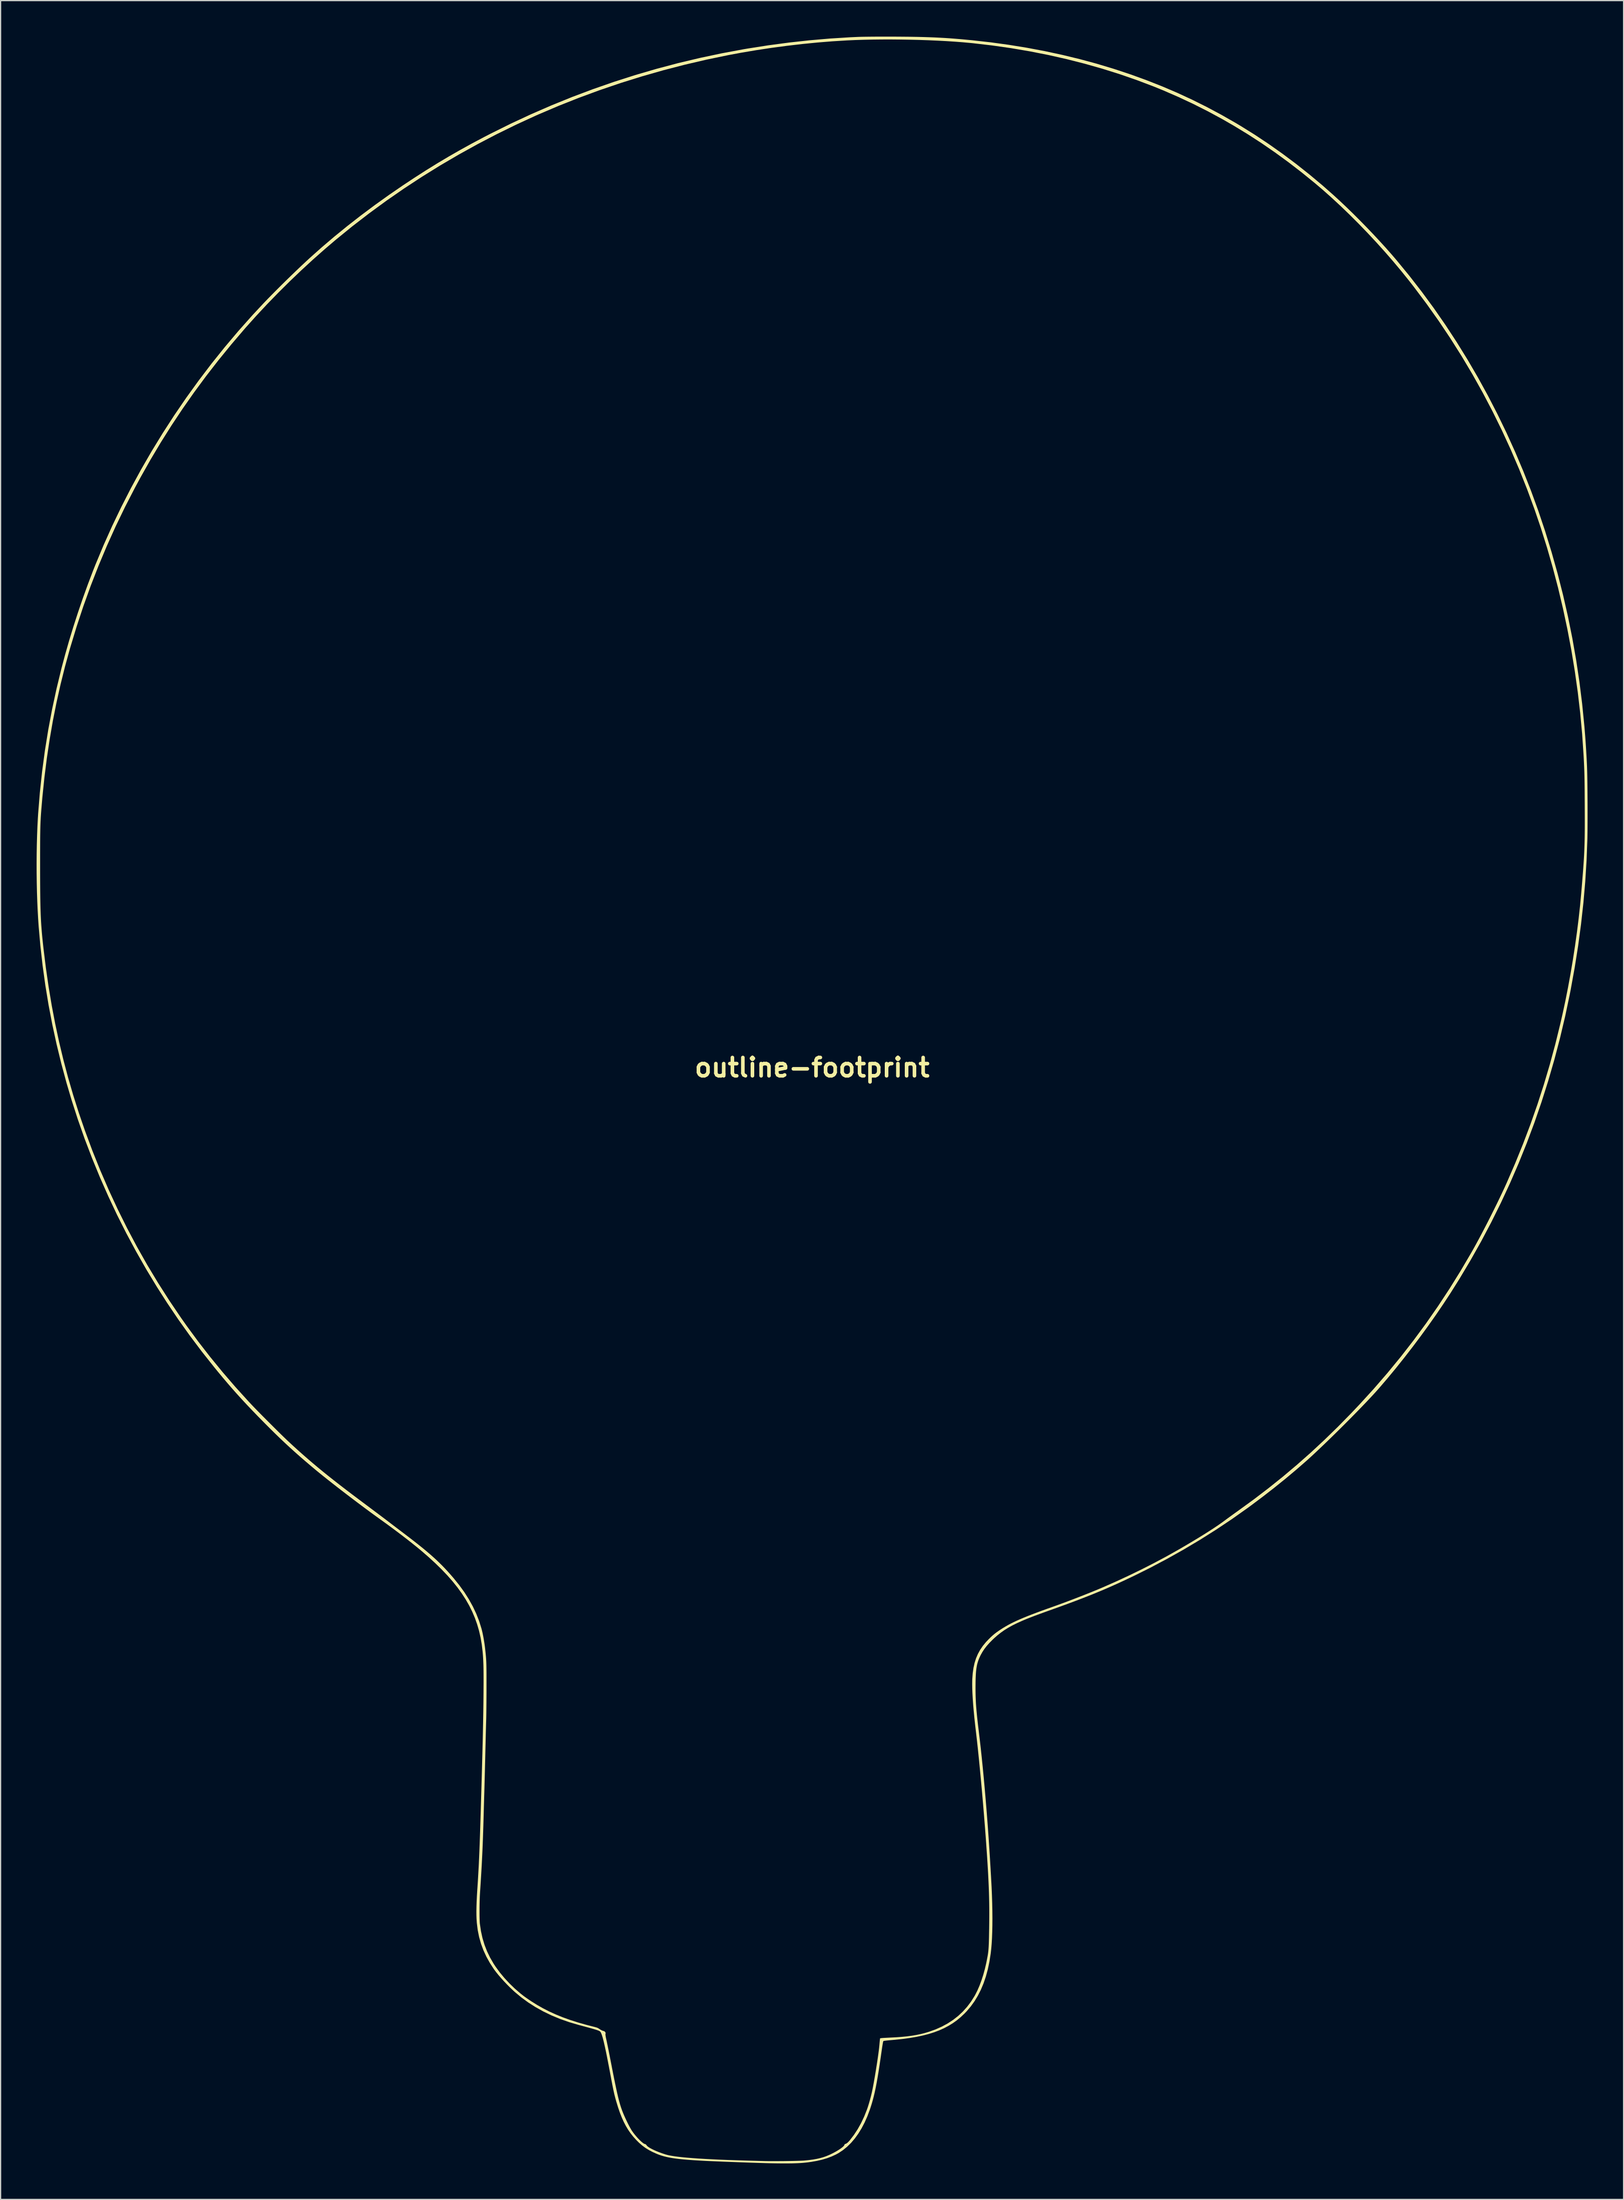
<source format=kicad_pcb>
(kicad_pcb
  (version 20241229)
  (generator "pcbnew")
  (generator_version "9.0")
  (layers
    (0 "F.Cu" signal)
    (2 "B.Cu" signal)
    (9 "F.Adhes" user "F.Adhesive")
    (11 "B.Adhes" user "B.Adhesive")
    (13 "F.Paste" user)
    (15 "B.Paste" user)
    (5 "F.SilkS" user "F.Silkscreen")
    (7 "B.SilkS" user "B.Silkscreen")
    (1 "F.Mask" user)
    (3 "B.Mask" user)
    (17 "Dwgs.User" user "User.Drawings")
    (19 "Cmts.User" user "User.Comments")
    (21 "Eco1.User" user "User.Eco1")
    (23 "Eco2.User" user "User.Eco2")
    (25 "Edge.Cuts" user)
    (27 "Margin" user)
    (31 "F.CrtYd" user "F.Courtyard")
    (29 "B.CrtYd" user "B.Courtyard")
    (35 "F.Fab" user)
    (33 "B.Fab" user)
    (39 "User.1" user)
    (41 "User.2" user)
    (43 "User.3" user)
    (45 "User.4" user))
  (footprint "outline-footprint"
    (layer "F.Cu")
    (at 64.611 85.838)
    (property "Reference" "outline-footprint" (at 0 0 0) (layer "F.SilkS") (effects (font (size 1.524 1.524) (thickness 0.3))))
    (attr board_only exclude_from_pos_files exclude_from_bom)
    (fp_poly (pts (xy 6.416 -85.838) (xy 6.776 -85.837) (xy 7.133 -85.836) (xy 7.482 -85.833) (xy 7.819 -85.83) (xy 8.137 -85.827) (xy 8.432 -85.822) (xy 8.7 -85.817) (xy 8.783 -85.816) (xy 9.287 -85.803) (xy 9.756 -85.788) (xy 10.199 -85.771) (xy 10.626 -85.75) (xy 11.045 -85.727) (xy 11.464 -85.699) (xy 11.895 -85.666) (xy 12.344 -85.629) (xy 12.821 -85.585) (xy 13.335 -85.536) (xy 13.357 -85.533) (xy 14.883 -85.363) (xy 16.398 -85.155) (xy 17.901 -84.911) (xy 19.387 -84.631) (xy 20.853 -84.316) (xy 22.295 -83.967) (xy 23.711 -83.584) (xy 25.096 -83.167) (xy 25.224 -83.127) (xy 26.57 -82.679) (xy 27.881 -82.203) (xy 29.161 -81.699) (xy 30.416 -81.163) (xy 31.649 -80.593) (xy 32.865 -79.988) (xy 34.069 -79.346) (xy 35.265 -78.664) (xy 35.708 -78.4) (xy 36.876 -77.673) (xy 38.038 -76.901) (xy 39.189 -76.089) (xy 40.326 -75.239) (xy 41.444 -74.353) (xy 42.541 -73.436) (xy 43.439 -72.644) (xy 43.965 -72.162) (xy 44.508 -71.649) (xy 45.062 -71.111) (xy 45.62 -70.555) (xy 46.177 -69.987) (xy 46.726 -69.414) (xy 47.26 -68.842) (xy 47.775 -68.278) (xy 48.262 -67.728) (xy 48.69 -67.229) (xy 49.76 -65.927) (xy 50.797 -64.592) (xy 51.802 -63.225) (xy 52.773 -61.826) (xy 53.709 -60.397) (xy 54.611 -58.94) (xy 55.477 -57.455) (xy 56.308 -55.944) (xy 57.101 -54.407) (xy 57.857 -52.847) (xy 58.575 -51.263) (xy 59.254 -49.658) (xy 59.894 -48.033) (xy 60.494 -46.388) (xy 61.053 -44.725) (xy 61.068 -44.679) (xy 61.614 -42.904) (xy 62.115 -41.125) (xy 62.569 -39.34) (xy 62.977 -37.548) (xy 63.34 -35.747) (xy 63.658 -33.936) (xy 63.931 -32.113) (xy 64.16 -30.277) (xy 64.344 -28.427) (xy 64.414 -27.569) (xy 64.44 -27.207) (xy 64.466 -26.826) (xy 64.491 -26.438) (xy 64.513 -26.052) (xy 64.534 -25.679) (xy 64.551 -25.328) (xy 64.565 -25.012) (xy 64.568 -24.919) (xy 64.575 -24.706) (xy 64.581 -24.452) (xy 64.587 -24.16) (xy 64.592 -23.838) (xy 64.596 -23.489) (xy 64.6 -23.12) (xy 64.603 -22.734) (xy 64.606 -22.338) (xy 64.608 -21.937) (xy 64.609 -21.535) (xy 64.609 -21.139) (xy 64.609 -20.752) (xy 64.608 -20.381) (xy 64.606 -20.031) (xy 64.604 -19.706) (xy 64.6 -19.412) (xy 64.596 -19.155) (xy 64.593 -19.009) (xy 64.527 -17.256) (xy 64.417 -15.49) (xy 64.263 -13.711) (xy 64.064 -11.92) (xy 63.822 -10.118) (xy 63.535 -8.307) (xy 63.205 -6.487) (xy 63.122 -6.063) (xy 62.737 -4.236) (xy 62.309 -2.429) (xy 61.84 -0.643) (xy 61.328 1.123) (xy 60.775 2.868) (xy 60.18 4.593) (xy 59.543 6.296) (xy 58.865 7.978) (xy 58.145 9.638) (xy 57.384 11.277) (xy 56.581 12.894) (xy 55.737 14.49) (xy 54.852 16.062) (xy 53.926 17.613) (xy 53.18 18.798) (xy 52.6 19.681) (xy 51.989 20.579) (xy 51.351 21.484) (xy 50.693 22.388) (xy 50.019 23.285) (xy 49.335 24.167) (xy 48.647 25.028) (xy 47.96 25.858) (xy 47.28 26.653) (xy 47.175 26.772) (xy 46.961 27.013) (xy 46.715 27.281) (xy 46.441 27.575) (xy 46.143 27.89) (xy 45.823 28.223) (xy 45.486 28.571) (xy 45.135 28.929) (xy 44.773 29.296) (xy 44.404 29.666) (xy 44.031 30.038) (xy 43.657 30.407) (xy 43.286 30.771) (xy 42.922 31.125) (xy 42.567 31.466) (xy 42.225 31.791) (xy 41.9 32.097) (xy 41.595 32.38) (xy 41.313 32.637) (xy 41.195 32.742) (xy 40.341 33.486) (xy 39.444 34.237) (xy 38.51 34.989) (xy 37.541 35.741) (xy 36.543 36.488) (xy 36.25 36.702) (xy 34.976 37.603) (xy 33.664 38.479) (xy 32.32 39.326) (xy 30.947 40.143) (xy 29.548 40.927) (xy 28.129 41.676) (xy 26.918 42.278) (xy 26.408 42.522) (xy 25.914 42.755) (xy 25.431 42.977) (xy 24.953 43.191) (xy 24.475 43.4) (xy 23.993 43.604) (xy 23.502 43.807) (xy 22.995 44.01) (xy 22.469 44.215) (xy 21.919 44.425) (xy 21.339 44.641) (xy 20.725 44.866) (xy 20.07 45.101) (xy 20.006 45.124) (xy 19.64 45.255) (xy 19.314 45.372) (xy 19.023 45.478) (xy 18.764 45.573) (xy 18.532 45.659) (xy 18.323 45.739) (xy 18.132 45.813) (xy 17.955 45.883) (xy 17.788 45.951) (xy 17.626 46.019) (xy 17.484 46.08) (xy 17.067 46.268) (xy 16.689 46.455) (xy 16.345 46.646) (xy 16.027 46.843) (xy 15.729 47.053) (xy 15.444 47.278) (xy 15.166 47.523) (xy 15.025 47.657) (xy 14.766 47.919) (xy 14.544 48.17) (xy 14.354 48.416) (xy 14.19 48.665) (xy 14.046 48.923) (xy 14.023 48.969) (xy 13.941 49.144) (xy 13.871 49.314) (xy 13.811 49.487) (xy 13.76 49.665) (xy 13.719 49.855) (xy 13.686 50.061) (xy 13.66 50.288) (xy 13.641 50.541) (xy 13.628 50.825) (xy 13.62 51.144) (xy 13.617 51.505) (xy 13.616 51.597) (xy 13.617 51.886) (xy 13.621 52.163) (xy 13.628 52.431) (xy 13.639 52.698) (xy 13.653 52.969) (xy 13.673 53.248) (xy 13.697 53.542) (xy 13.727 53.856) (xy 13.762 54.195) (xy 13.803 54.566) (xy 13.851 54.972) (xy 13.896 55.338) (xy 13.975 56.001) (xy 14.055 56.705) (xy 14.134 57.448) (xy 14.213 58.223) (xy 14.29 59.026) (xy 14.366 59.853) (xy 14.44 60.698) (xy 14.512 61.558) (xy 14.581 62.426) (xy 14.647 63.3) (xy 14.709 64.174) (xy 14.767 65.043) (xy 14.822 65.903) (xy 14.845 66.303) (xy 14.858 66.516) (xy 14.871 66.735) (xy 14.883 66.95) (xy 14.895 67.15) (xy 14.906 67.328) (xy 14.914 67.472) (xy 14.917 67.522) (xy 14.955 68.234) (xy 14.985 68.926) (xy 15.007 69.595) (xy 15.02 70.238) (xy 15.025 70.853) (xy 15.021 71.437) (xy 15.009 71.988) (xy 14.989 72.503) (xy 14.96 72.98) (xy 14.923 73.415) (xy 14.88 73.784) (xy 14.775 74.455) (xy 14.641 75.089) (xy 14.479 75.687) (xy 14.288 76.251) (xy 14.067 76.781) (xy 13.816 77.278) (xy 13.535 77.744) (xy 13.222 78.179) (xy 12.879 78.584) (xy 12.689 78.781) (xy 12.386 79.067) (xy 12.068 79.33) (xy 11.732 79.571) (xy 11.378 79.79) (xy 11.002 79.989) (xy 10.602 80.169) (xy 10.174 80.33) (xy 9.718 80.474) (xy 9.23 80.6) (xy 8.707 80.711) (xy 8.148 80.806) (xy 7.55 80.888) (xy 6.91 80.956) (xy 6.57 80.986) (xy 6.409 81) (xy 6.262 81.014) (xy 6.137 81.028) (xy 6.039 81.04) (xy 5.977 81.05) (xy 5.957 81.055) (xy 5.946 81.062) (xy 5.936 81.075) (xy 5.926 81.096) (xy 5.916 81.13) (xy 5.904 81.181) (xy 5.891 81.252) (xy 5.875 81.346) (xy 5.855 81.469) (xy 5.832 81.623) (xy 5.804 81.812) (xy 5.771 82.04) (xy 5.734 82.301) (xy 5.659 82.813) (xy 5.588 83.282) (xy 5.521 83.712) (xy 5.455 84.106) (xy 5.391 84.469) (xy 5.328 84.804) (xy 5.265 85.115) (xy 5.201 85.406) (xy 5.135 85.68) (xy 5.067 85.942) (xy 4.996 86.195) (xy 4.921 86.442) (xy 4.841 86.688) (xy 4.807 86.788) (xy 4.602 87.336) (xy 4.374 87.849) (xy 4.124 88.328) (xy 3.852 88.77) (xy 3.56 89.174) (xy 3.248 89.539) (xy 2.918 89.864) (xy 2.57 90.147) (xy 2.205 90.389) (xy 1.995 90.504) (xy 1.637 90.67) (xy 1.258 90.814) (xy 0.851 90.936) (xy 0.412 91.038) (xy -0.064 91.122) (xy -0.352 91.162) (xy -0.544 91.184) (xy -0.743 91.203) (xy -0.952 91.219) (xy -1.175 91.231) (xy -1.418 91.24) (xy -1.684 91.247) (xy -1.977 91.25) (xy -2.302 91.251) (xy -2.663 91.249) (xy -3.065 91.245) (xy -3.295 91.241) (xy -3.458 91.238) (xy -3.664 91.233) (xy -3.907 91.227) (xy -4.182 91.218) (xy -4.485 91.209) (xy -4.812 91.198) (xy -5.157 91.187) (xy -5.515 91.175) (xy -5.883 91.162) (xy -6.254 91.148) (xy -6.626 91.134) (xy -6.992 91.121) (xy -7.348 91.107) (xy -7.689 91.093) (xy -8.011 91.08) (xy -8.308 91.067) (xy -8.577 91.056) (xy -8.812 91.045) (xy -9.008 91.035) (xy -9.018 91.034) (xy -9.505 91.007) (xy -9.949 90.979) (xy -10.353 90.949) (xy -10.719 90.918) (xy -11.052 90.884) (xy -11.355 90.848) (xy -11.63 90.808) (xy -11.882 90.764) (xy -12.113 90.717) (xy -12.327 90.664) (xy -12.527 90.606) (xy -12.717 90.543) (xy -12.899 90.473) (xy -12.94 90.456) (xy -13.293 90.299) (xy -13.608 90.133) (xy -13.895 89.954) (xy -14.164 89.754) (xy -14.423 89.528) (xy -14.656 89.296) (xy -14.898 89.027) (xy -15.121 88.747) (xy -15.326 88.451) (xy -15.516 88.134) (xy -15.693 87.794) (xy -15.859 87.425) (xy -16.017 87.023) (xy -16.167 86.585) (xy -16.313 86.105) (xy -16.369 85.91) (xy -16.409 85.759) (xy -16.448 85.611) (xy -16.485 85.458) (xy -16.522 85.296) (xy -16.56 85.118) (xy -16.601 84.919) (xy -16.646 84.693) (xy -16.696 84.434) (xy -16.752 84.136) (xy -16.769 84.045) (xy -16.865 83.535) (xy -16.954 83.07) (xy -17.036 82.648) (xy -17.111 82.267) (xy -17.181 81.925) (xy -17.246 81.621) (xy -17.306 81.352) (xy -17.361 81.118) (xy -17.411 80.916) (xy -17.458 80.744) (xy -17.502 80.602) (xy -17.542 80.486) (xy -17.58 80.396) (xy -17.613 80.335) (xy -17.63 80.308) (xy -17.649 80.284) (xy -17.673 80.261) (xy -17.705 80.238) (xy -17.748 80.215) (xy -17.806 80.19) (xy -17.881 80.162) (xy -17.976 80.13) (xy -18.095 80.093) (xy -18.241 80.05) (xy -18.416 80.001) (xy -18.624 79.943) (xy -18.868 79.877) (xy -19.151 79.8) (xy -19.476 79.713) (xy -19.501 79.706) (xy -20.272 79.478) (xy -21.012 79.217) (xy -21.721 78.923) (xy -22.398 78.596) (xy -23.043 78.237) (xy -23.654 77.847) (xy -24.231 77.426) (xy -24.774 76.974) (xy -24.911 76.848) (xy -25.166 76.607) (xy -25.421 76.35) (xy -25.672 76.086) (xy -25.911 75.822) (xy -26.133 75.564) (xy -26.33 75.32) (xy -26.497 75.097) (xy -26.511 75.078) (xy -26.847 74.562) (xy -27.138 74.038) (xy -27.384 73.504) (xy -27.586 72.958) (xy -27.745 72.396) (xy -27.861 71.818) (xy -27.935 71.219) (xy -27.958 70.878) (xy -27.968 70.579) (xy -27.97 70.237) (xy -27.963 69.853) (xy -27.949 69.432) (xy -27.927 68.975) (xy -27.899 68.519) (xy -27.879 68.223) (xy -27.861 67.937) (xy -27.843 67.659) (xy -27.827 67.387) (xy -27.811 67.117) (xy -27.796 66.848) (xy -27.781 66.577) (xy -27.767 66.3) (xy -27.754 66.015) (xy -27.74 65.721) (xy -27.727 65.413) (xy -27.714 65.089) (xy -27.701 64.748) (xy -27.688 64.385) (xy -27.674 63.999) (xy -27.66 63.587) (xy -27.646 63.147) (xy -27.631 62.674) (xy -27.615 62.168) (xy -27.599 61.625) (xy -27.582 61.043) (xy -27.563 60.419) (xy -27.546 59.83) (xy -27.525 59.095) (xy -27.506 58.405) (xy -27.488 57.756) (xy -27.471 57.145) (xy -27.457 56.569) (xy -27.443 56.026) (xy -27.431 55.513) (xy -27.421 55.026) (xy -27.411 54.563) (xy -27.403 54.121) (xy -27.396 53.698) (xy -27.39 53.289) (xy -27.385 52.893) (xy -27.381 52.506) (xy -27.378 52.126) (xy -27.377 52.031) (xy -27.375 51.598) (xy -27.373 51.207) (xy -27.373 50.855) (xy -27.374 50.538) (xy -27.376 50.252) (xy -27.38 49.993) (xy -27.385 49.757) (xy -27.393 49.54) (xy -27.401 49.338) (xy -27.412 49.147) (xy -27.424 48.963) (xy -27.439 48.782) (xy -27.453 48.624) (xy -27.524 48.035) (xy -27.622 47.464) (xy -27.749 46.908) (xy -27.906 46.367) (xy -28.094 45.836) (xy -28.315 45.316) (xy -28.569 44.804) (xy -28.859 44.297) (xy -29.184 43.795) (xy -29.546 43.295) (xy -29.946 42.795) (xy -30.386 42.294) (xy -30.867 41.789) (xy -31.389 41.279) (xy -31.955 40.761) (xy -32.564 40.234) (xy -32.639 40.171) (xy -32.959 39.908) (xy -33.314 39.623) (xy -33.699 39.32) (xy -34.11 39.003) (xy -34.541 38.676) (xy -34.988 38.343) (xy -35.446 38.006) (xy -35.911 37.67) (xy -36.06 37.564) (xy -36.4 37.319) (xy -36.765 37.053) (xy -37.148 36.771) (xy -37.546 36.475) (xy -37.953 36.169) (xy -38.365 35.858) (xy -38.778 35.544) (xy -39.186 35.231) (xy -39.584 34.923) (xy -39.969 34.622) (xy -40.336 34.334) (xy -40.679 34.061) (xy -40.994 33.807) (xy -41.277 33.576) (xy -41.337 33.527) (xy -41.814 33.127) (xy -42.266 32.742) (xy -42.7 32.367) (xy -43.119 31.995) (xy -43.53 31.624) (xy -43.937 31.246) (xy -44.346 30.859) (xy -44.763 30.456) (xy -45.191 30.033) (xy -45.638 29.585) (xy -46.108 29.107) (xy -46.235 28.977) (xy -46.696 28.499) (xy -47.129 28.042) (xy -47.541 27.599) (xy -47.938 27.161) (xy -48.329 26.721) (xy -48.719 26.27) (xy -49.115 25.802) (xy -49.526 25.307) (xy -49.814 24.954) (xy -50.851 23.647) (xy -51.846 22.324) (xy -52.806 20.979) (xy -53.733 19.605) (xy -54.58 18.282) (xy -55.467 16.818) (xy -56.318 15.326) (xy -57.133 13.809) (xy -57.909 12.269) (xy -58.645 10.708) (xy -59.342 9.131) (xy -59.997 7.537) (xy -60.61 5.931) (xy -61.179 4.315) (xy -61.703 2.691) (xy -62.114 1.302) (xy -62.555 -0.329) (xy -62.951 -1.954) (xy -63.304 -3.578) (xy -63.615 -5.206) (xy -63.884 -6.841) (xy -64.112 -8.49) (xy -64.3 -10.157) (xy -64.437 -11.703) (xy -64.484 -12.378) (xy -64.524 -13.093) (xy -64.557 -13.838) (xy -64.582 -14.608) (xy -64.599 -15.395) (xy -64.609 -16.191) (xy -64.611 -16.957) (xy -64.319 -16.957) (xy -64.319 -16.377) (xy -64.318 -15.841) (xy -64.316 -15.345) (xy -64.313 -14.885) (xy -64.309 -14.46) (xy -64.304 -14.064) (xy -64.297 -13.695) (xy -64.289 -13.349) (xy -64.279 -13.024) (xy -64.268 -12.715) (xy -64.254 -12.419) (xy -64.239 -12.134) (xy -64.221 -11.854) (xy -64.201 -11.579) (xy -64.178 -11.303) (xy -64.153 -11.023) (xy -64.126 -10.737) (xy -64.095 -10.44) (xy -64.061 -10.13) (xy -64.038 -9.921) (xy -63.839 -8.302) (xy -63.61 -6.716) (xy -63.35 -5.16) (xy -63.058 -3.63) (xy -62.734 -2.121) (xy -62.376 -0.631) (xy -61.985 0.845) (xy -61.558 2.309) (xy -61.096 3.767) (xy -60.596 5.22) (xy -60.581 5.262) (xy -59.962 6.929) (xy -59.302 8.572) (xy -58.602 10.191) (xy -57.861 11.786) (xy -57.081 13.357) (xy -56.26 14.904) (xy -55.399 16.426) (xy -54.497 17.925) (xy -53.556 19.399) (xy -52.574 20.849) (xy -52.093 21.53) (xy -51.145 22.818) (xy -50.155 24.092) (xy -49.126 25.349) (xy -48.062 26.584) (xy -46.966 27.792) (xy -46.669 28.109) (xy -46.54 28.244) (xy -46.384 28.406) (xy -46.204 28.59) (xy -46.005 28.793) (xy -45.791 29.01) (xy -45.565 29.236) (xy -45.333 29.469) (xy -45.098 29.704) (xy -44.865 29.936) (xy -44.637 30.162) (xy -44.419 30.378) (xy -44.214 30.579) (xy -44.027 30.761) (xy -43.863 30.919) (xy -43.725 31.051) (xy -43.658 31.114) (xy -43.246 31.495) (xy -42.84 31.864) (xy -42.436 32.223) (xy -42.031 32.577) (xy -41.621 32.928) (xy -41.202 33.28) (xy -40.77 33.635) (xy -40.321 33.997) (xy -39.852 34.368) (xy -39.359 34.753) (xy -38.837 35.154) (xy -38.284 35.574) (xy -37.734 35.987) (xy -37.389 36.245) (xy -37.078 36.477) (xy -36.801 36.685) (xy -36.555 36.869) (xy -36.338 37.031) (xy -36.147 37.174) (xy -35.981 37.299) (xy -35.837 37.407) (xy -35.712 37.5) (xy -35.606 37.581) (xy -35.515 37.649) (xy -35.438 37.708) (xy -35.371 37.758) (xy -35.314 37.802) (xy -35.263 37.841) (xy -35.217 37.876) (xy -35.192 37.896) (xy -35.125 37.947) (xy -35.026 38.023) (xy -34.899 38.12) (xy -34.749 38.234) (xy -34.582 38.361) (xy -34.401 38.498) (xy -34.212 38.641) (xy -34.031 38.778) (xy -33.588 39.115) (xy -33.181 39.429) (xy -32.807 39.723) (xy -32.462 40) (xy -32.142 40.264) (xy -31.846 40.516) (xy -31.568 40.761) (xy -31.306 41) (xy -31.057 41.238) (xy -30.816 41.477) (xy -30.582 41.72) (xy -30.35 41.97) (xy -30.118 42.23) (xy -29.881 42.504) (xy -29.856 42.533) (xy -29.391 43.109) (xy -28.97 43.692) (xy -28.595 44.282) (xy -28.265 44.878) (xy -27.981 45.48) (xy -27.743 46.086) (xy -27.552 46.697) (xy -27.509 46.858) (xy -27.454 47.093) (xy -27.399 47.362) (xy -27.347 47.651) (xy -27.3 47.946) (xy -27.26 48.233) (xy -27.242 48.384) (xy -27.222 48.566) (xy -27.205 48.73) (xy -27.19 48.882) (xy -27.176 49.026) (xy -27.165 49.167) (xy -27.156 49.308) (xy -27.148 49.454) (xy -27.142 49.61) (xy -27.137 49.78) (xy -27.134 49.968) (xy -27.131 50.179) (xy -27.129 50.417) (xy -27.128 50.687) (xy -27.128 50.992) (xy -27.128 51.338) (xy -27.128 51.527) (xy -27.128 51.852) (xy -27.129 52.185) (xy -27.131 52.518) (xy -27.133 52.847) (xy -27.136 53.165) (xy -27.139 53.466) (xy -27.142 53.743) (xy -27.146 53.992) (xy -27.15 54.206) (xy -27.155 54.377) (xy -27.162 54.623) (xy -27.17 54.903) (xy -27.178 55.203) (xy -27.186 55.511) (xy -27.194 55.812) (xy -27.201 56.095) (xy -27.205 56.276) (xy -27.217 56.743) (xy -27.227 57.167) (xy -27.236 57.552) (xy -27.245 57.903) (xy -27.253 58.223) (xy -27.26 58.517) (xy -27.267 58.79) (xy -27.274 59.044) (xy -27.281 59.285) (xy -27.287 59.517) (xy -27.293 59.743) (xy -27.299 59.967) (xy -27.306 60.195) (xy -27.311 60.381) (xy -27.319 60.629) (xy -27.326 60.881) (xy -27.333 61.127) (xy -27.34 61.362) (xy -27.346 61.578) (xy -27.351 61.767) (xy -27.356 61.922) (xy -27.358 62.011) (xy -27.374 62.599) (xy -27.39 63.147) (xy -27.407 63.66) (xy -27.423 64.147) (xy -27.441 64.612) (xy -27.459 65.063) (xy -27.479 65.505) (xy -27.501 65.947) (xy -27.524 66.392) (xy -27.55 66.85) (xy -27.578 67.325) (xy -27.609 67.824) (xy -27.643 68.354) (xy -27.667 68.718) (xy -27.679 68.925) (xy -27.689 69.156) (xy -27.697 69.405) (xy -27.703 69.665) (xy -27.707 69.929) (xy -27.708 70.191) (xy -27.708 70.444) (xy -27.706 70.681) (xy -27.701 70.895) (xy -27.695 71.08) (xy -27.686 71.229) (xy -27.679 71.298) (xy -27.59 71.905) (xy -27.462 72.488) (xy -27.292 73.05) (xy -27.081 73.592) (xy -26.827 74.117) (xy -26.531 74.627) (xy -26.367 74.875) (xy -26.023 75.345) (xy -25.639 75.808) (xy -25.222 76.257) (xy -24.78 76.685) (xy -24.319 77.084) (xy -24.04 77.304) (xy -23.947 77.373) (xy -23.826 77.459) (xy -23.687 77.556) (xy -23.543 77.654) (xy -23.418 77.738) (xy -22.925 78.048) (xy -22.415 78.338) (xy -21.885 78.608) (xy -21.33 78.859) (xy -20.748 79.095) (xy -20.133 79.315) (xy -19.482 79.522) (xy -18.792 79.717) (xy -18.29 79.846) (xy -18.139 79.884) (xy -18.026 79.914) (xy -17.94 79.941) (xy -17.873 79.967) (xy -17.815 79.996) (xy -17.758 80.031) (xy -17.709 80.066) (xy -17.615 80.125) (xy -17.52 80.175) (xy -17.442 80.207) (xy -17.431 80.21) (xy -17.357 80.231) (xy -17.299 80.255) (xy -17.283 80.265) (xy -17.239 80.312) (xy -17.209 80.368) (xy -17.202 80.416) (xy -17.206 80.426) (xy -17.218 80.469) (xy -17.217 80.541) (xy -17.204 80.647) (xy -17.177 80.79) (xy -17.136 80.974) (xy -17.133 80.986) (xy -17.114 81.071) (xy -17.087 81.197) (xy -17.054 81.359) (xy -17.014 81.552) (xy -16.97 81.77) (xy -16.922 82.009) (xy -16.872 82.264) (xy -16.82 82.53) (xy -16.767 82.801) (xy -16.757 82.849) (xy -16.663 83.335) (xy -16.576 83.777) (xy -16.496 84.18) (xy -16.421 84.545) (xy -16.352 84.877) (xy -16.288 85.177) (xy -16.227 85.449) (xy -16.169 85.696) (xy -16.114 85.92) (xy -16.059 86.126) (xy -16.005 86.316) (xy -15.951 86.492) (xy -15.896 86.658) (xy -15.839 86.818) (xy -15.78 86.973) (xy -15.717 87.127) (xy -15.65 87.283) (xy -15.578 87.444) (xy -15.539 87.528) (xy -15.434 87.751) (xy -15.329 87.965) (xy -15.226 88.163) (xy -15.131 88.337) (xy -15.047 88.479) (xy -15.003 88.548) (xy -14.892 88.703) (xy -14.77 88.86) (xy -14.64 89.014) (xy -14.508 89.161) (xy -14.377 89.297) (xy -14.252 89.416) (xy -14.138 89.514) (xy -14.04 89.587) (xy -13.961 89.629) (xy -13.919 89.639) (xy -13.861 89.661) (xy -13.81 89.715) (xy -13.763 89.776) (xy -13.713 89.827) (xy -13.647 89.878) (xy -13.556 89.938) (xy -13.507 89.968) (xy -13.349 90.055) (xy -13.155 90.149) (xy -12.933 90.245) (xy -12.694 90.339) (xy -12.447 90.428) (xy -12.2 90.507) (xy -12.172 90.516) (xy -11.986 90.564) (xy -11.756 90.61) (xy -11.483 90.654) (xy -11.166 90.697) (xy -10.805 90.737) (xy -10.4 90.775) (xy -9.949 90.811) (xy -9.455 90.846) (xy -8.915 90.878) (xy -8.329 90.909) (xy -7.698 90.938) (xy -7.021 90.965) (xy -6.297 90.99) (xy -5.528 91.013) (xy -5.183 91.023) (xy -4.966 91.029) (xy -4.753 91.034) (xy -4.551 91.04) (xy -4.366 91.045) (xy -4.206 91.049) (xy -4.079 91.052) (xy -3.991 91.055) (xy -3.987 91.055) (xy -3.816 91.059) (xy -3.612 91.061) (xy -3.383 91.062) (xy -3.133 91.062) (xy -2.868 91.061) (xy -2.594 91.059) (xy -2.317 91.057) (xy -2.041 91.053) (xy -1.774 91.049) (xy -1.52 91.044) (xy -1.285 91.038) (xy -1.075 91.032) (xy -0.895 91.026) (xy -0.751 91.019) (xy -0.657 91.013) (xy -0.27 90.974) (xy 0.078 90.928) (xy 0.393 90.873) (xy 0.684 90.806) (xy 0.958 90.727) (xy 1.222 90.632) (xy 1.484 90.52) (xy 1.732 90.399) (xy 1.939 90.288) (xy 2.13 90.177) (xy 2.299 90.07) (xy 2.443 89.968) (xy 2.559 89.875) (xy 2.642 89.794) (xy 2.688 89.727) (xy 2.697 89.693) (xy 2.713 89.653) (xy 2.765 89.631) (xy 2.769 89.63) (xy 2.847 89.601) (xy 2.933 89.542) (xy 3.031 89.449) (xy 3.147 89.319) (xy 3.152 89.313) (xy 3.487 88.876) (xy 3.798 88.401) (xy 4.082 87.891) (xy 4.339 87.348) (xy 4.567 86.774) (xy 4.62 86.624) (xy 4.68 86.439) (xy 4.746 86.222) (xy 4.813 85.987) (xy 4.878 85.747) (xy 4.936 85.517) (xy 4.981 85.323) (xy 5.024 85.119) (xy 5.072 84.879) (xy 5.122 84.611) (xy 5.174 84.32) (xy 5.227 84.013) (xy 5.281 83.695) (xy 5.333 83.372) (xy 5.384 83.05) (xy 5.433 82.735) (xy 5.477 82.434) (xy 5.517 82.151) (xy 5.551 81.894) (xy 5.579 81.667) (xy 5.599 81.478) (xy 5.607 81.395) (xy 5.618 81.264) (xy 5.629 81.139) (xy 5.639 81.033) (xy 5.648 80.959) (xy 5.649 80.95) (xy 5.664 80.833) (xy 5.781 80.817) (xy 5.837 80.811) (xy 5.931 80.804) (xy 6.057 80.797) (xy 6.206 80.789) (xy 6.371 80.781) (xy 6.508 80.774) (xy 7.017 80.748) (xy 7.485 80.713) (xy 7.917 80.67) (xy 8.318 80.617) (xy 8.694 80.554) (xy 9.05 80.48) (xy 9.391 80.394) (xy 9.722 80.295) (xy 9.734 80.292) (xy 10.289 80.092) (xy 10.81 79.86) (xy 11.297 79.596) (xy 11.75 79.299) (xy 12.171 78.97) (xy 12.558 78.608) (xy 12.914 78.212) (xy 13.238 77.783) (xy 13.53 77.319) (xy 13.591 77.211) (xy 13.774 76.85) (xy 13.948 76.448) (xy 14.111 76.01) (xy 14.262 75.542) (xy 14.397 75.048) (xy 14.517 74.535) (xy 14.619 74.007) (xy 14.623 73.984) (xy 14.643 73.865) (xy 14.66 73.75) (xy 14.675 73.635) (xy 14.688 73.514) (xy 14.699 73.383) (xy 14.709 73.239) (xy 14.717 73.075) (xy 14.725 72.889) (xy 14.731 72.675) (xy 14.738 72.43) (xy 14.743 72.147) (xy 14.749 71.824) (xy 14.752 71.697) (xy 14.758 71.247) (xy 14.762 70.812) (xy 14.763 70.386) (xy 14.761 69.966) (xy 14.755 69.546) (xy 14.746 69.123) (xy 14.734 68.691) (xy 14.718 68.247) (xy 14.698 67.786) (xy 14.674 67.304) (xy 14.646 66.796) (xy 14.614 66.257) (xy 14.577 65.684) (xy 14.535 65.071) (xy 14.505 64.637) (xy 14.462 64.041) (xy 14.415 63.425) (xy 14.365 62.793) (xy 14.313 62.15) (xy 14.259 61.501) (xy 14.203 60.849) (xy 14.146 60.2) (xy 14.088 59.559) (xy 14.029 58.929) (xy 13.97 58.315) (xy 13.912 57.721) (xy 13.854 57.153) (xy 13.798 56.615) (xy 13.743 56.11) (xy 13.69 55.645) (xy 13.65 55.303) (xy 13.578 54.688) (xy 13.515 54.102) (xy 13.462 53.548) (xy 13.417 53.028) (xy 13.383 52.544) (xy 13.358 52.097) (xy 13.343 51.689) (xy 13.338 51.323) (xy 13.343 51) (xy 13.347 50.906) (xy 13.383 50.428) (xy 13.446 49.986) (xy 13.537 49.575) (xy 13.659 49.192) (xy 13.813 48.831) (xy 14.001 48.489) (xy 14.224 48.161) (xy 14.484 47.844) (xy 14.712 47.604) (xy 14.891 47.429) (xy 15.056 47.279) (xy 15.218 47.144) (xy 15.391 47.013) (xy 15.586 46.877) (xy 15.702 46.8) (xy 15.901 46.672) (xy 16.106 46.549) (xy 16.318 46.428) (xy 16.542 46.308) (xy 16.78 46.189) (xy 17.036 46.068) (xy 17.312 45.945) (xy 17.612 45.818) (xy 17.939 45.685) (xy 18.296 45.545) (xy 18.686 45.398) (xy 19.111 45.24) (xy 19.577 45.072) (xy 19.994 44.924) (xy 20.408 44.776) (xy 20.845 44.616) (xy 21.298 44.447) (xy 21.758 44.273) (xy 22.218 44.095) (xy 22.672 43.918) (xy 23.112 43.743) (xy 23.531 43.573) (xy 23.921 43.412) (xy 24.274 43.262) (xy 24.328 43.239) (xy 25.39 42.769) (xy 26.444 42.279) (xy 27.482 41.774) (xy 28.496 41.258) (xy 29.479 40.734) (xy 30.423 40.205) (xy 30.548 40.134) (xy 31.125 39.798) (xy 31.667 39.477) (xy 32.175 39.171) (xy 32.646 38.88) (xy 33.08 38.606) (xy 33.476 38.349) (xy 33.833 38.109) (xy 34.149 37.888) (xy 34.371 37.726) (xy 34.498 37.631) (xy 34.656 37.515) (xy 34.835 37.385) (xy 35.028 37.245) (xy 35.227 37.102) (xy 35.423 36.962) (xy 35.555 36.867) (xy 36.812 35.954) (xy 38.035 35.02) (xy 39.229 34.064) (xy 40.397 33.08) (xy 41.545 32.066) (xy 42.674 31.018) (xy 43.791 29.932) (xy 44.898 28.805) (xy 45.603 28.061) (xy 46.792 26.758) (xy 47.94 25.432) (xy 49.048 24.083) (xy 50.117 22.71) (xy 51.149 21.31) (xy 52.144 19.881) (xy 53.104 18.423) (xy 54.03 16.934) (xy 54.924 15.412) (xy 55.092 15.116) (xy 55.311 14.722) (xy 55.544 14.292) (xy 55.788 13.834) (xy 56.039 13.353) (xy 56.295 12.858) (xy 56.55 12.354) (xy 56.802 11.85) (xy 57.048 11.352) (xy 57.283 10.867) (xy 57.504 10.402) (xy 57.708 9.964) (xy 57.871 9.604) (xy 58.575 7.981) (xy 59.235 6.355) (xy 59.852 4.724) (xy 60.428 3.082) (xy 60.964 1.426) (xy 61.461 -0.248) (xy 61.921 -1.945) (xy 62.344 -3.668) (xy 62.527 -4.468) (xy 62.761 -5.557) (xy 62.982 -6.675) (xy 63.19 -7.812) (xy 63.384 -8.96) (xy 63.561 -10.11) (xy 63.722 -11.254) (xy 63.863 -12.382) (xy 63.985 -13.487) (xy 64.085 -14.559) (xy 64.085 -14.565) (xy 64.127 -15.06) (xy 64.165 -15.516) (xy 64.198 -15.935) (xy 64.229 -16.324) (xy 64.256 -16.686) (xy 64.279 -17.026) (xy 64.3 -17.35) (xy 64.318 -17.661) (xy 64.333 -17.964) (xy 64.345 -18.264) (xy 64.355 -18.567) (xy 64.363 -18.875) (xy 64.369 -19.195) (xy 64.373 -19.53) (xy 64.376 -19.886) (xy 64.377 -20.267) (xy 64.377 -20.677) (xy 64.376 -21.122) (xy 64.374 -21.607) (xy 64.373 -21.943) (xy 64.37 -22.364) (xy 64.368 -22.743) (xy 64.366 -23.084) (xy 64.363 -23.391) (xy 64.36 -23.671) (xy 64.356 -23.926) (xy 64.352 -24.162) (xy 64.347 -24.383) (xy 64.341 -24.594) (xy 64.334 -24.799) (xy 64.326 -25.004) (xy 64.317 -25.211) (xy 64.307 -25.427) (xy 64.295 -25.656) (xy 64.282 -25.902) (xy 64.273 -26.057) (xy 64.156 -27.783) (xy 63.995 -29.519) (xy 63.791 -31.261) (xy 63.545 -33.005) (xy 63.258 -34.748) (xy 62.929 -36.485) (xy 62.561 -38.214) (xy 62.154 -39.93) (xy 61.708 -41.63) (xy 61.224 -43.311) (xy 60.703 -44.968) (xy 60.186 -46.485) (xy 59.568 -48.161) (xy 58.91 -49.815) (xy 58.211 -51.444) (xy 57.472 -53.05) (xy 56.693 -54.631) (xy 55.875 -56.188) (xy 55.017 -57.72) (xy 54.119 -59.227) (xy 53.182 -60.709) (xy 52.206 -62.166) (xy 51.19 -63.596) (xy 50.136 -65.001) (xy 49.747 -65.499) (xy 49.103 -66.3) (xy 48.43 -67.104) (xy 47.733 -67.906) (xy 47.017 -68.701) (xy 46.286 -69.484) (xy 45.544 -70.252) (xy 44.796 -70.999) (xy 44.047 -71.72) (xy 43.301 -72.411) (xy 42.563 -73.068) (xy 41.902 -73.63) (xy 40.797 -74.527) (xy 39.689 -75.38) (xy 38.574 -76.192) (xy 37.45 -76.966) (xy 36.31 -77.704) (xy 35.151 -78.41) (xy 34.195 -78.96) (xy 33.002 -79.606) (xy 31.778 -80.224) (xy 30.531 -80.808) (xy 29.272 -81.356) (xy 28.484 -81.677) (xy 27.08 -82.209) (xy 25.649 -82.705) (xy 24.192 -83.163) (xy 22.71 -83.583) (xy 21.207 -83.965) (xy 19.682 -84.309) (xy 18.138 -84.613) (xy 16.577 -84.878) (xy 15.001 -85.103) (xy 13.41 -85.288) (xy 13.181 -85.311) (xy 12.555 -85.368) (xy 11.889 -85.419) (xy 11.188 -85.464) (xy 10.459 -85.503) (xy 9.708 -85.536) (xy 8.941 -85.562) (xy 8.164 -85.581) (xy 7.382 -85.594) (xy 6.603 -85.601) (xy 5.831 -85.6) (xy 5.074 -85.592) (xy 4.337 -85.577) (xy 3.627 -85.555) (xy 2.949 -85.525) (xy 2.885 -85.522) (xy 1.679 -85.447) (xy 0.444 -85.347) (xy -0.812 -85.223) (xy -2.08 -85.075) (xy -3.352 -84.906) (xy -4.617 -84.715) (xy -5.868 -84.505) (xy -6.966 -84.301) (xy -8.788 -83.924) (xy -10.598 -83.502) (xy -12.395 -83.037) (xy -14.178 -82.528) (xy -15.944 -81.977) (xy -17.692 -81.383) (xy -19.422 -80.747) (xy -21.131 -80.069) (xy -22.818 -79.351) (xy -23.008 -79.267) (xy -24.651 -78.512) (xy -26.273 -77.717) (xy -27.872 -76.884) (xy -29.446 -76.013) (xy -30.995 -75.106) (xy -32.517 -74.162) (xy -34.01 -73.183) (xy -35.474 -72.17) (xy -36.907 -71.122) (xy -38.309 -70.043) (xy -39.677 -68.93) (xy -40.586 -68.157) (xy -41.575 -67.283) (xy -42.56 -66.378) (xy -43.533 -65.449) (xy -44.488 -64.502) (xy -45.419 -63.544) (xy -46.317 -62.582) (xy -47.178 -61.623) (xy -47.259 -61.53) (xy -48.381 -60.217) (xy -49.459 -58.896) (xy -50.495 -57.563) (xy -51.49 -56.216) (xy -52.448 -54.85) (xy -53.371 -53.464) (xy -54.261 -52.053) (xy -55.119 -50.614) (xy -55.949 -49.144) (xy -56.42 -48.272) (xy -57.242 -46.679) (xy -58.021 -45.066) (xy -58.757 -43.434) (xy -59.451 -41.781) (xy -60.103 -40.109) (xy -60.713 -38.415) (xy -61.281 -36.701) (xy -61.808 -34.964) (xy -61.834 -34.877) (xy -62.244 -33.386) (xy -62.618 -31.886) (xy -62.956 -30.376) (xy -63.259 -28.85) (xy -63.526 -27.306) (xy -63.76 -25.739) (xy -63.96 -24.148) (xy -64.127 -22.528) (xy -64.215 -21.507) (xy -64.23 -21.312) (xy -64.244 -21.127) (xy -64.256 -20.95) (xy -64.267 -20.776) (xy -64.276 -20.602) (xy -64.285 -20.425) (xy -64.292 -20.241) (xy -64.298 -20.048) (xy -64.303 -19.84) (xy -64.307 -19.616) (xy -64.311 -19.371) (xy -64.314 -19.102) (xy -64.316 -18.806) (xy -64.317 -18.479) (xy -64.318 -18.118) (xy -64.319 -17.719) (xy -64.319 -17.279) (xy -64.319 -16.957) (xy -64.611 -16.957) (xy -64.611 -16.989) (xy -64.606 -17.782) (xy -64.593 -18.562) (xy -64.572 -19.323) (xy -64.544 -20.056) (xy -64.508 -20.754) (xy -64.484 -21.131) (xy -64.341 -22.896) (xy -64.153 -24.647) (xy -63.921 -26.387) (xy -63.643 -28.115) (xy -63.32 -29.834) (xy -62.951 -31.546) (xy -62.537 -33.251) (xy -62.241 -34.359) (xy -61.91 -35.52) (xy -61.549 -36.702) (xy -61.164 -37.891) (xy -60.759 -39.075) (xy -60.337 -40.243) (xy -59.903 -41.383) (xy -59.707 -41.876) (xy -59.034 -43.488) (xy -58.318 -45.087) (xy -57.557 -46.671) (xy -56.755 -48.238) (xy -55.911 -49.787) (xy -55.027 -51.316) (xy -54.103 -52.824) (xy -53.142 -54.309) (xy -52.143 -55.769) (xy -51.107 -57.203) (xy -50.037 -58.61) (xy -48.932 -59.987) (xy -47.795 -61.333) (xy -46.625 -62.647) (xy -45.699 -63.64) (xy -45.359 -63.994) (xy -44.989 -64.371) (xy -44.597 -64.766) (xy -44.19 -65.172) (xy -43.774 -65.581) (xy -43.355 -65.988) (xy -42.941 -66.386) (xy -42.539 -66.768) (xy -42.154 -67.127) (xy -41.853 -67.405) (xy -40.85 -68.298) (xy -39.804 -69.187) (xy -38.718 -70.07) (xy -37.596 -70.944) (xy -36.442 -71.805) (xy -35.259 -72.651) (xy -34.101 -73.445) (xy -33.122 -74.093) (xy -32.161 -74.709) (xy -31.209 -75.298) (xy -30.255 -75.865) (xy -29.292 -76.416) (xy -28.31 -76.957) (xy -27.298 -77.493) (xy -26.795 -77.752) (xy -25.122 -78.582) (xy -23.432 -79.368) (xy -21.725 -80.11) (xy -20.003 -80.808) (xy -18.265 -81.461) (xy -16.512 -82.071) (xy -14.745 -82.636) (xy -12.963 -83.156) (xy -11.167 -83.632) (xy -9.357 -84.062) (xy -7.535 -84.448) (xy -5.7 -84.789) (xy -5.383 -84.843) (xy -3.653 -85.114) (xy -1.929 -85.344) (xy -0.214 -85.532) (xy 1.489 -85.679) (xy 3.177 -85.785) (xy 3.867 -85.816) (xy 4.029 -85.821) (xy 4.233 -85.825) (xy 4.474 -85.829) (xy 4.747 -85.832) (xy 5.047 -85.835) (xy 5.369 -85.837) (xy 5.707 -85.838) (xy 6.058 -85.838)) (stroke (width 0) (type solid)) (fill yes) (layer "F.SilkS")))
  (gr_rect
    (start -3 -3)
    (end 132.221 180.089)
    (stroke (width 0.1) (type default))
    (fill no)
    (layer "Edge.Cuts")))
</source>
